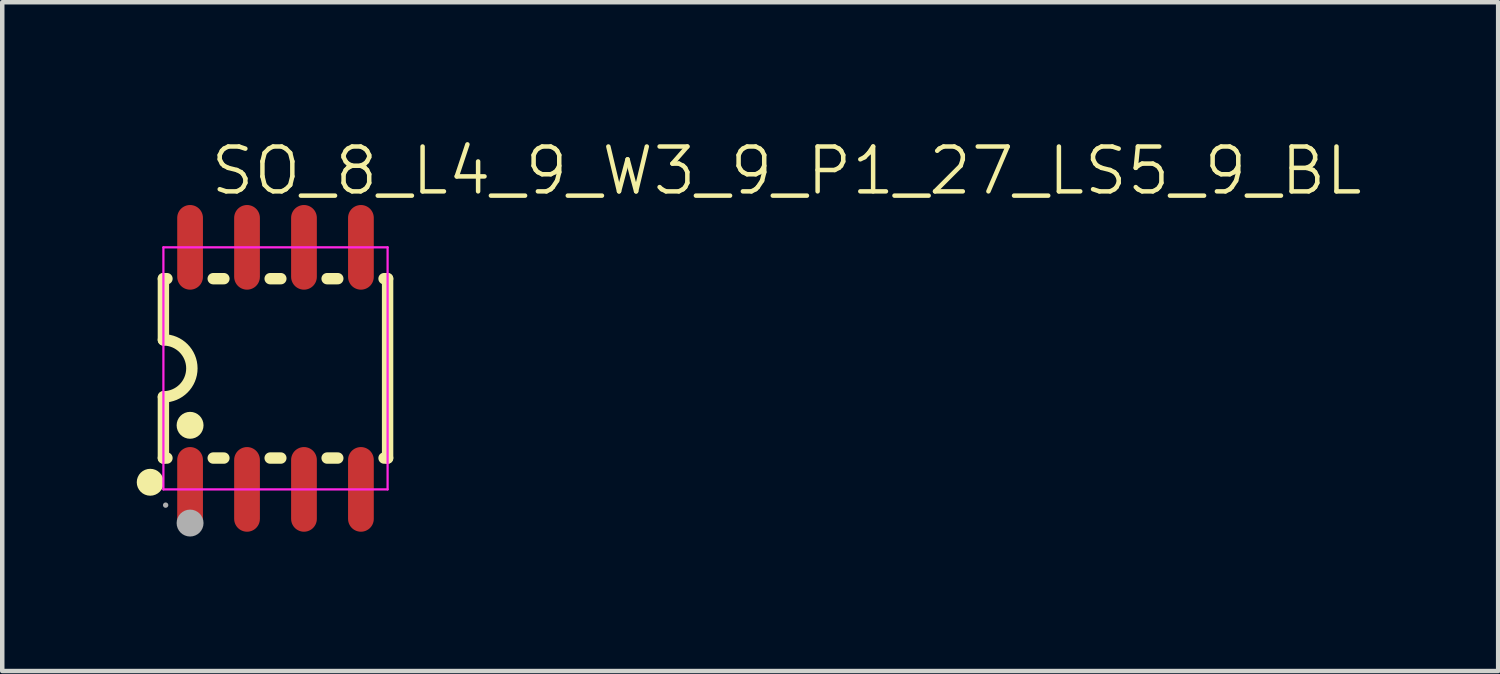
<source format=kicad_pcb>
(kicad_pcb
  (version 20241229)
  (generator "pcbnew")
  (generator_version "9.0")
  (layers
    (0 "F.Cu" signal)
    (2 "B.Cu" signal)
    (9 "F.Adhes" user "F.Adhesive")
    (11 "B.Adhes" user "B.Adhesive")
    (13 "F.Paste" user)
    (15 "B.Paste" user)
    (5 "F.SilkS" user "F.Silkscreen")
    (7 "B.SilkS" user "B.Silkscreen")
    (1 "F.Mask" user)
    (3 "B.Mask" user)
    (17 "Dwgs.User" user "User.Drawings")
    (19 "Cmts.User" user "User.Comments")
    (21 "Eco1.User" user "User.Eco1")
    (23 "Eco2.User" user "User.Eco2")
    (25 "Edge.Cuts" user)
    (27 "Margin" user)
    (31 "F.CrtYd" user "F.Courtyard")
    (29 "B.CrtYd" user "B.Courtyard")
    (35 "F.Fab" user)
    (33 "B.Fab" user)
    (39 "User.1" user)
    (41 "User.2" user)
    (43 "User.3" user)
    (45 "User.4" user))
  (footprint "SO_8_L4_9_W3_9_P1_27_LS5_9_BL"
    (layer "F.Cu")
    (at 3.094 5.165)
    (property "Reference" "SO_8_L4_9_W3_9_P1_27_LS5_9_BL" (at -1.5 -4.405 0) (layer "F.SilkS") (effects (font (size 1 1) (thickness 0.1)) (justify left)))
    (fp_line (start -2.5 -2) (end -2.5 -0.635) (stroke (width 0.254) (type solid)) (layer "F.SilkS"))
    (fp_line (start -2.5 -2) (end -2.421 -2) (stroke (width 0.254) (type solid)) (layer "F.SilkS"))
    (fp_line (start -2.5 2) (end -2.5 0.635) (stroke (width 0.254) (type solid)) (layer "F.SilkS"))
    (fp_line (start -2.5 2) (end -2.421 2) (stroke (width 0.254) (type solid)) (layer "F.SilkS"))
    (fp_line (start -1.389 -2) (end -1.151 -2) (stroke (width 0.254) (type solid)) (layer "F.SilkS"))
    (fp_line (start -1.389 2) (end -1.151 2) (stroke (width 0.254) (type solid)) (layer "F.SilkS"))
    (fp_line (start -0.119 -2) (end 0.119 -2) (stroke (width 0.254) (type solid)) (layer "F.SilkS"))
    (fp_line (start -0.119 2) (end 0.119 2) (stroke (width 0.254) (type solid)) (layer "F.SilkS"))
    (fp_line (start 1.151 -2) (end 1.389 -2) (stroke (width 0.254) (type solid)) (layer "F.SilkS"))
    (fp_line (start 1.151 2) (end 1.389 2) (stroke (width 0.254) (type solid)) (layer "F.SilkS"))
    (fp_line (start 2.421 -2) (end 2.5 -2) (stroke (width 0.254) (type solid)) (layer "F.SilkS"))
    (fp_line (start 2.421 2) (end 2.5 2) (stroke (width 0.254) (type solid)) (layer "F.SilkS"))
    (fp_line (start 2.5 -2) (end 2.5 2) (stroke (width 0.254) (type solid)) (layer "F.SilkS"))
    (fp_arc (start -2.644 2.54) (mid -2.944 2.54) (end -2.644 2.54) (stroke (width 0.3) (type solid)) (layer "F.SilkS"))
    (fp_arc (start -2.499683 -0.635) (mid -1.865 0.000317) (end -2.500317 0.635) (stroke (width 0.254) (type solid)) (layer "F.SilkS"))
    (fp_arc (start -1.755 1.27) (mid -2.055 1.27) (end -1.755 1.27) (stroke (width 0.3) (type solid)) (layer "F.SilkS"))
    (fp_line (start -2.5 -2.699) (end -2.5 2.699) (stroke (width 0.05) (type solid)) (layer "F.CrtYd"))
    (fp_line (start -2.5 2.699) (end 2.5 2.699) (stroke (width 0.05) (type solid)) (layer "F.CrtYd"))
    (fp_line (start 2.5 -2.699) (end -2.5 -2.699) (stroke (width 0.05) (type solid)) (layer "F.CrtYd"))
    (fp_line (start 2.5 2.699) (end 2.5 -2.699) (stroke (width 0.05) (type solid)) (layer "F.CrtYd"))
    (fp_arc (start -2.42 3.05) (mid -2.48 3.05) (end -2.42 3.05) (stroke (width 0.06) (type solid)) (layer "F.Fab"))
    (fp_arc (start -1.755 3.45) (mid -2.055 3.45) (end -1.755 3.45) (stroke (width 0.3) (type solid)) (layer "F.Fab"))
    (pad "1" smd oval (at -1.905 2.699) (size 0.574 1.888) (layers "F.Cu" "F.Mask" "F.Paste"))
    (pad "2" smd oval (at -0.635 2.699) (size 0.574 1.888) (layers "F.Cu" "F.Mask" "F.Paste"))
    (pad "3" smd oval (at 0.635 2.699) (size 0.574 1.888) (layers "F.Cu" "F.Mask" "F.Paste"))
    (pad "4" smd oval (at 1.905 2.699) (size 0.574 1.888) (layers "F.Cu" "F.Mask" "F.Paste"))
    (pad "5" smd oval (at 1.905 -2.699) (size 0.574 1.888) (layers "F.Cu" "F.Mask" "F.Paste"))
    (pad "6" smd oval (at 0.635 -2.699) (size 0.574 1.888) (layers "F.Cu" "F.Mask" "F.Paste"))
    (pad "7" smd oval (at -0.635 -2.699) (size 0.574 1.888) (layers "F.Cu" "F.Mask" "F.Paste"))
    (pad "8" smd oval (at -1.905 -2.699) (size 0.574 1.888) (layers "F.Cu" "F.Mask" "F.Paste")))
  (gr_rect
    (start -3 -3)
    (end 30.361 11.915)
    (stroke (width 0.1) (type default))
    (fill no)
    (layer "Edge.Cuts")))
</source>
